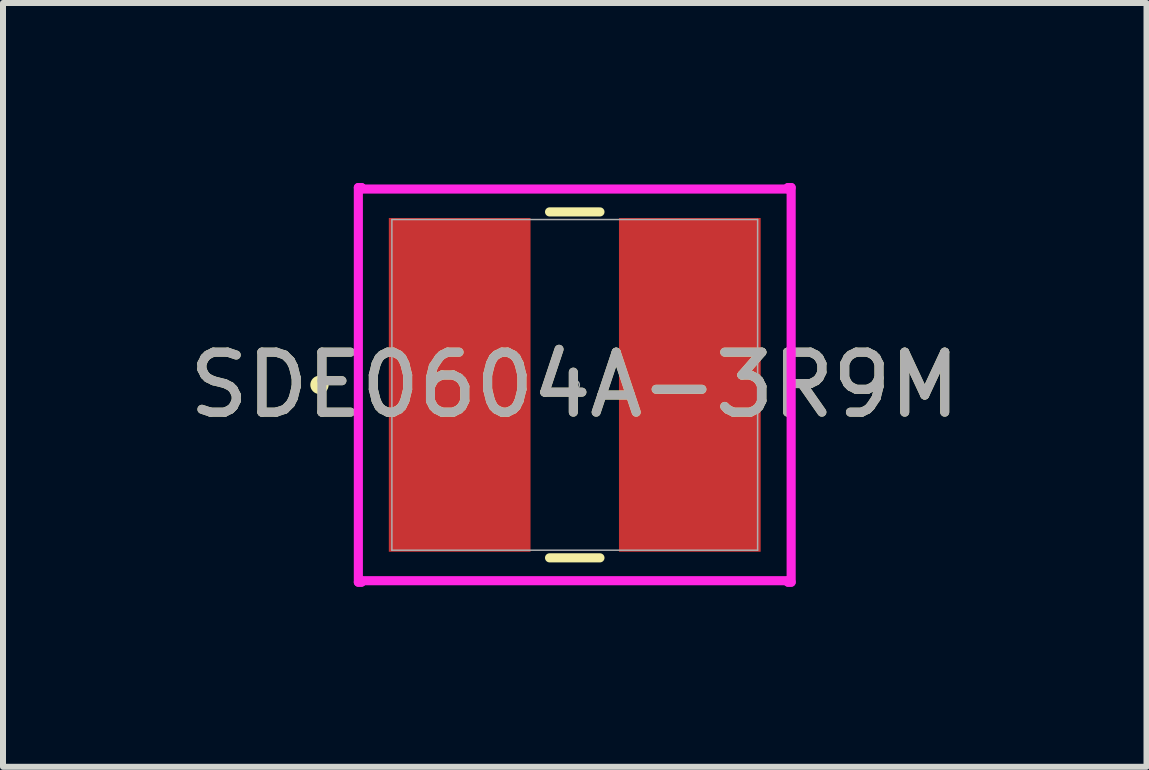
<source format=kicad_pcb>
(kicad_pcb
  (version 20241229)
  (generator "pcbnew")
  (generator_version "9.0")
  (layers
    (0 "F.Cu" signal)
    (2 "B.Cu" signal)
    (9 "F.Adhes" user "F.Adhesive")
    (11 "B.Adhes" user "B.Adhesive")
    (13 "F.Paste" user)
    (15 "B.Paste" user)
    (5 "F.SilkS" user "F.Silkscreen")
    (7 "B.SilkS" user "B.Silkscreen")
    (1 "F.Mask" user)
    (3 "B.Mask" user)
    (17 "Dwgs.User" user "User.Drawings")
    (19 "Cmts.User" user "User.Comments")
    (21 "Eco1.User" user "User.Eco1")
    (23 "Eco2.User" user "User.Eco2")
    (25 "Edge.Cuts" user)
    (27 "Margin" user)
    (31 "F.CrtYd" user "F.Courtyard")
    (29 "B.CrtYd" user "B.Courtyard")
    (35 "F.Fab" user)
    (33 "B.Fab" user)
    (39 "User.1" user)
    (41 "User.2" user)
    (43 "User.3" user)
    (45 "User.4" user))
  (footprint "SDE0604A-3R9M"
    (layer "F.Cu")
    (at 6.53 3.365)
    (property "Reference" "SDE0604A-3R9M" (at 0 0 0) (unlocked yes) (layer "F.SilkS") (effects (font (size 1 1) (thickness 0.15))))
    (attr smd)
    (fp_line (start -0.42 2.883) (end 0.42 2.883) (stroke (width 0.152) (type solid)) (layer "F.SilkS"))
    (fp_line (start 0.42 -2.883) (end -0.42 -2.883) (stroke (width 0.152) (type solid)) (layer "F.SilkS"))
    (fp_circle (center -4.255 0) (end -4.178 0) (stroke (width 0.152) (type solid)) (fill no) (layer "F.SilkS"))
    (fp_line (start -3.607 -3.289) (end -3.556 -3.289) (stroke (width 0.152) (type solid)) (layer "F.CrtYd"))
    (fp_line (start -3.607 3.289) (end -3.607 -3.289) (stroke (width 0.152) (type solid)) (layer "F.CrtYd"))
    (fp_line (start -3.607 3.289) (end -3.556 3.289) (stroke (width 0.152) (type solid)) (layer "F.CrtYd"))
    (fp_line (start -3.556 -3.289) (end -3.556 -3.264) (stroke (width 0.152) (type solid)) (layer "F.CrtYd"))
    (fp_line (start -3.556 -3.264) (end 3.556 -3.264) (stroke (width 0.152) (type solid)) (layer "F.CrtYd"))
    (fp_line (start -3.556 3.264) (end -3.556 3.289) (stroke (width 0.152) (type solid)) (layer "F.CrtYd"))
    (fp_line (start 3.556 -3.264) (end 3.556 -3.289) (stroke (width 0.152) (type solid)) (layer "F.CrtYd"))
    (fp_line (start 3.556 3.264) (end -3.556 3.264) (stroke (width 0.152) (type solid)) (layer "F.CrtYd"))
    (fp_line (start 3.556 3.289) (end 3.556 3.264) (stroke (width 0.152) (type solid)) (layer "F.CrtYd"))
    (fp_line (start 3.607 -3.289) (end 3.556 -3.289) (stroke (width 0.152) (type solid)) (layer "F.CrtYd"))
    (fp_line (start 3.607 -3.289) (end 3.607 3.289) (stroke (width 0.152) (type solid)) (layer "F.CrtYd"))
    (fp_line (start 3.607 3.289) (end 3.556 3.289) (stroke (width 0.152) (type solid)) (layer "F.CrtYd"))
    (fp_line (start -3.048 -2.756) (end -3.048 2.756) (stroke (width 0.025) (type solid)) (layer "F.Fab"))
    (fp_line (start -3.048 2.756) (end 3.048 2.756) (stroke (width 0.025) (type solid)) (layer "F.Fab"))
    (fp_line (start 3.048 -2.756) (end -3.048 -2.756) (stroke (width 0.025) (type solid)) (layer "F.Fab"))
    (fp_line (start 3.048 2.756) (end 3.048 -2.756) (stroke (width 0.025) (type solid)) (layer "F.Fab"))
    (fp_circle (center 0 0) (end 0.076 0) (stroke (width 0.025) (type solid)) (fill no) (layer "F.Fab"))
    (fp_text user "${REFERENCE}" (at 0 0 0) (unlocked yes) (layer "F.Fab") (effects (font (size 1 1) (thickness 0.15))))
    (pad "1" smd rect (at -1.918 0) (size 2.362 5.563) (layers "F.Cu" "F.Mask" "F.Paste"))
    (pad "2" smd rect (at 1.918 0) (size 2.362 5.563) (layers "F.Cu" "F.Mask" "F.Paste")))
  (gr_rect
    (start -3 -3)
    (end 16.06 9.731)
    (stroke (width 0.1) (type default))
    (fill no)
    (layer "Edge.Cuts")))
</source>
